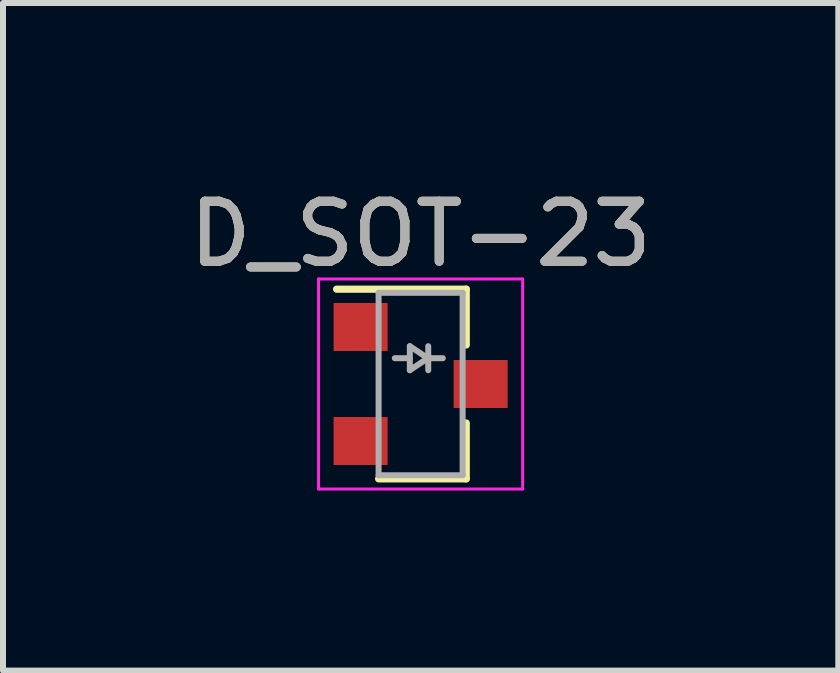
<source format=kicad_pcb>
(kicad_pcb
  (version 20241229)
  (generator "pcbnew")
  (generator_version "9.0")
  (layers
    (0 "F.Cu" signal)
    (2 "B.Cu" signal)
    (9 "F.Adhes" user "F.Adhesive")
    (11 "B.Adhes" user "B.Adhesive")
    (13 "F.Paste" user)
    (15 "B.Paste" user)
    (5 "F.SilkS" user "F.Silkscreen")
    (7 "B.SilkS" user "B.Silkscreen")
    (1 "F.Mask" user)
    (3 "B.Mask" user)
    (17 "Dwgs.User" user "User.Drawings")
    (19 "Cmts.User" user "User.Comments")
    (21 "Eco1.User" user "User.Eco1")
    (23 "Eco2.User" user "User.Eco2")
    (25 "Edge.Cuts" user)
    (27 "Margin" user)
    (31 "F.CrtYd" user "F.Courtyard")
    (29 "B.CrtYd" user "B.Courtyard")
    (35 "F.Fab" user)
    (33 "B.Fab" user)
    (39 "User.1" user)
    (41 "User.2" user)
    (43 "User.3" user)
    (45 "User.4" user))
  (footprint "D_SOT-23"
    (layer "F.Cu")
    (at 3.958 3.348)
    (property "Reference" "D_SOT-23" (at 0 -2.5 0) (layer "F.SilkS") (effects (font (size 1 1) (thickness 0.15))))
    (attr smd)
    (fp_line (start 0.76 -1.58) (end -1.4 -1.58) (stroke (width 0.12) (type solid)) (layer "F.SilkS"))
    (fp_line (start 0.76 -1.58) (end 0.76 -0.65) (stroke (width 0.12) (type solid)) (layer "F.SilkS"))
    (fp_line (start 0.76 1.58) (end -0.7 1.58) (stroke (width 0.12) (type solid)) (layer "F.SilkS"))
    (fp_line (start 0.76 1.58) (end 0.76 0.65) (stroke (width 0.12) (type solid)) (layer "F.SilkS"))
    (fp_line (start -1.7 -1.75) (end 1.7 -1.75) (stroke (width 0.05) (type solid)) (layer "F.CrtYd"))
    (fp_line (start -1.7 1.75) (end -1.7 -1.75) (stroke (width 0.05) (type solid)) (layer "F.CrtYd"))
    (fp_line (start 1.7 -1.75) (end 1.7 1.75) (stroke (width 0.05) (type solid)) (layer "F.CrtYd"))
    (fp_line (start 1.7 1.75) (end -1.7 1.75) (stroke (width 0.05) (type solid)) (layer "F.CrtYd"))
    (fp_line (start -0.7 -1.52) (end -0.7 1.52) (stroke (width 0.1) (type solid)) (layer "F.Fab"))
    (fp_line (start -0.7 -1.52) (end 0.7 -1.52) (stroke (width 0.1) (type solid)) (layer "F.Fab"))
    (fp_line (start -0.7 1.52) (end 0.7 1.52) (stroke (width 0.1) (type solid)) (layer "F.Fab"))
    (fp_line (start -0.18 -0.63) (end -0.18 -0.23) (stroke (width 0.1) (type solid)) (layer "F.Fab"))
    (fp_line (start -0.18 -0.43) (end -0.43 -0.43) (stroke (width 0.1) (type solid)) (layer "F.Fab"))
    (fp_line (start -0.18 -0.23) (end 0.12 -0.43) (stroke (width 0.1) (type solid)) (layer "F.Fab"))
    (fp_line (start 0.12 -0.43) (end -0.18 -0.63) (stroke (width 0.1) (type solid)) (layer "F.Fab"))
    (fp_line (start 0.12 -0.43) (end 0.37 -0.43) (stroke (width 0.1) (type solid)) (layer "F.Fab"))
    (fp_line (start 0.127 -0.63) (end 0.127 -0.23) (stroke (width 0.1) (type solid)) (layer "F.Fab"))
    (fp_line (start 0.7 -1.52) (end 0.7 1.52) (stroke (width 0.1) (type solid)) (layer "F.Fab"))
    (fp_text user "${REFERENCE}" (at 0 -2.5 0) (layer "F.Fab") (effects (font (size 1 1) (thickness 0.15))))
    (pad "1" smd rect (at -1 -0.95) (size 0.9 0.8) (layers "F.Cu" "F.Mask" "F.Paste"))
    (pad "2" smd rect (at -1 0.95) (size 0.9 0.8) (layers "F.Cu" "F.Mask" "F.Paste"))
    (pad "3" smd rect (at 1 0) (size 0.9 0.8) (layers "F.Cu" "F.Mask" "F.Paste")))
  (gr_rect
    (start -3 -3)
    (end 10.917 8.123)
    (stroke (width 0.1) (type default))
    (fill no)
    (layer "Edge.Cuts")))
</source>
